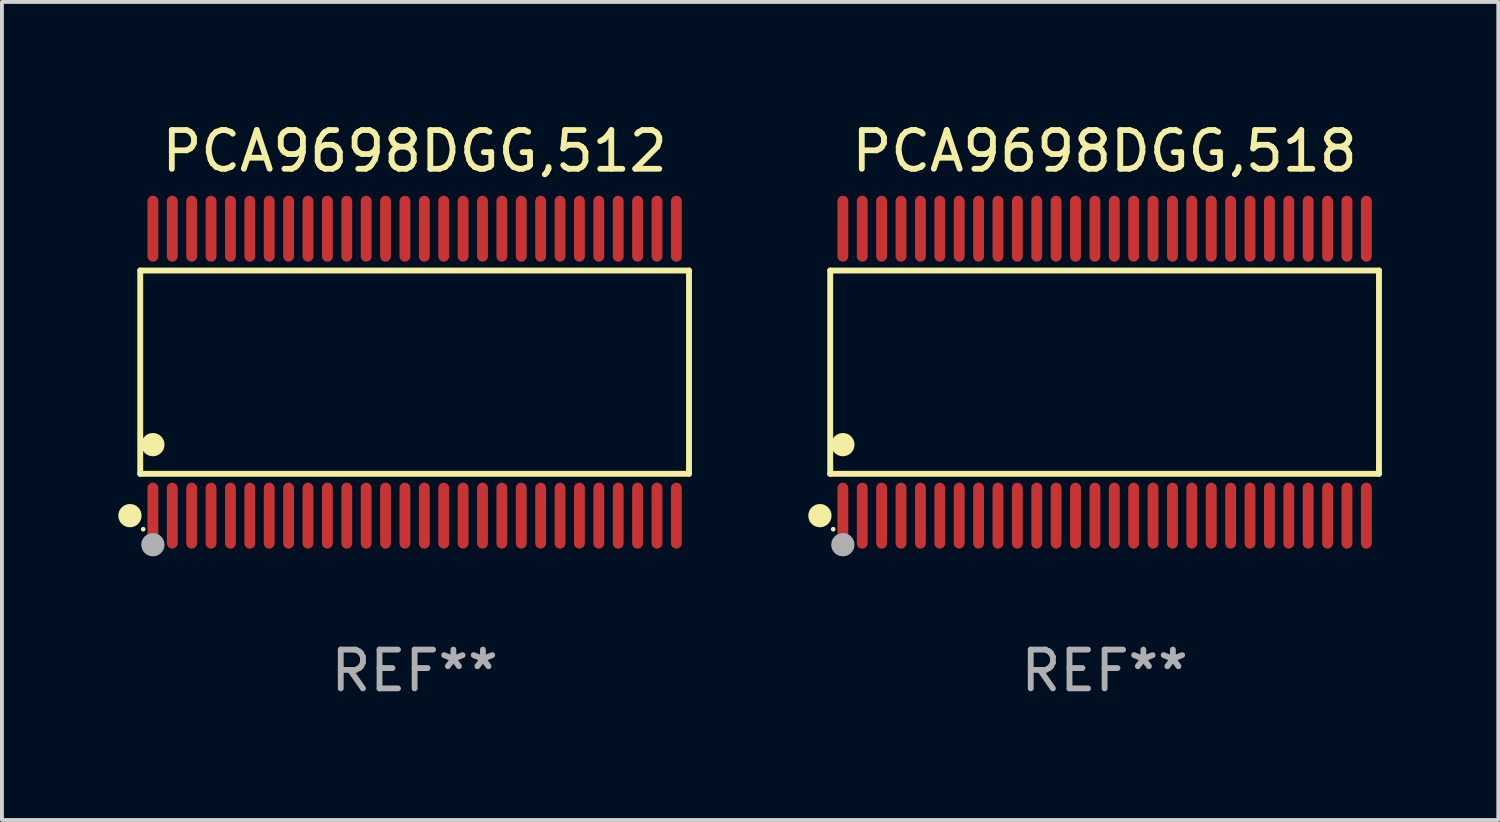
<source format=kicad_pcb>
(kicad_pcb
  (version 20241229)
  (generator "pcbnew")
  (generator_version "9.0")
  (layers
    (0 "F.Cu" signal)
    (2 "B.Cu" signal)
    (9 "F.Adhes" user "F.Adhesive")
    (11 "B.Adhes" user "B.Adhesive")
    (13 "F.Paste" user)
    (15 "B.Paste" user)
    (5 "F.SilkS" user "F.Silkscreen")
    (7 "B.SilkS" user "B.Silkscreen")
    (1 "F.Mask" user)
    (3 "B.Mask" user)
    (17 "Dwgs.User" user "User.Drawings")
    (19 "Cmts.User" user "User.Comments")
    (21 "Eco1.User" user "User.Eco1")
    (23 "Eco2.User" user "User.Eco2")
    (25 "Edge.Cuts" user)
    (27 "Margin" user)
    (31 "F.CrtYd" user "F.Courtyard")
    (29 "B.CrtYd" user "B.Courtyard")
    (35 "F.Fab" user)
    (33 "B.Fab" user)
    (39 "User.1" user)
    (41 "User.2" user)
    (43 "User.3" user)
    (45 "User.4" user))
  (footprint "PCA9698DGG,518"
    (layer "F.Cu")
    (at 25.437 6.548)
    (property "Reference" "PCA9698DGG,518" (at 0 -5.7 0) (layer "F.SilkS") (effects (font (size 1 1) (thickness 0.15))))
    (attr through_hole)
    (fp_line (start -7.076 -2.621) (end 7.076 -2.621) (stroke (width 0.152) (type solid)) (layer "F.SilkS"))
    (fp_line (start -7.076 2.621) (end -7.076 -2.621) (stroke (width 0.152) (type solid)) (layer "F.SilkS"))
    (fp_line (start 7.076 -2.621) (end 7.076 2.621) (stroke (width 0.152) (type solid)) (layer "F.SilkS"))
    (fp_line (start 7.076 2.621) (end -7.076 2.621) (stroke (width 0.152) (type solid)) (layer "F.SilkS"))
    (fp_circle (center -7.342 3.7) (end -7.192 3.7) (stroke (width 0.3) (type solid)) (fill no) (layer "F.SilkS"))
    (fp_circle (center -7 4.05) (end -6.97 4.05) (stroke (width 0.06) (type solid)) (fill no) (layer "F.SilkS"))
    (fp_circle (center -6.75 1.869) (end -6.6 1.869) (stroke (width 0.3) (type solid)) (fill no) (layer "F.SilkS"))
    (fp_circle (center -6.75 4.45) (end -6.6 4.45) (stroke (width 0.3) (type solid)) (fill no) (layer "F.Fab"))
    (fp_text user "REF**" (at 0 7.7 0) (layer "F.Fab") (effects (font (size 1 1) (thickness 0.15))))
    (pad "1" smd oval (at -6.75 3.7) (size 0.28 1.7) (layers "F.Cu" "F.Mask" "F.Paste"))
    (pad "2" smd oval (at -6.25 3.7) (size 0.28 1.7) (layers "F.Cu" "F.Mask" "F.Paste"))
    (pad "3" smd oval (at -5.75 3.7) (size 0.28 1.7) (layers "F.Cu" "F.Mask" "F.Paste"))
    (pad "4" smd oval (at -5.25 3.7) (size 0.28 1.7) (layers "F.Cu" "F.Mask" "F.Paste"))
    (pad "5" smd oval (at -4.75 3.7) (size 0.28 1.7) (layers "F.Cu" "F.Mask" "F.Paste"))
    (pad "6" smd oval (at -4.25 3.7) (size 0.28 1.7) (layers "F.Cu" "F.Mask" "F.Paste"))
    (pad "7" smd oval (at -3.75 3.7) (size 0.28 1.7) (layers "F.Cu" "F.Mask" "F.Paste"))
    (pad "8" smd oval (at -3.25 3.7) (size 0.28 1.7) (layers "F.Cu" "F.Mask" "F.Paste"))
    (pad "9" smd oval (at -2.75 3.7) (size 0.28 1.7) (layers "F.Cu" "F.Mask" "F.Paste"))
    (pad "10" smd oval (at -2.25 3.7) (size 0.28 1.7) (layers "F.Cu" "F.Mask" "F.Paste"))
    (pad "11" smd oval (at -1.75 3.7) (size 0.28 1.7) (layers "F.Cu" "F.Mask" "F.Paste"))
    (pad "12" smd oval (at -1.25 3.7) (size 0.28 1.7) (layers "F.Cu" "F.Mask" "F.Paste"))
    (pad "13" smd oval (at -0.75 3.7) (size 0.28 1.7) (layers "F.Cu" "F.Mask" "F.Paste"))
    (pad "14" smd oval (at -0.25 3.7) (size 0.28 1.7) (layers "F.Cu" "F.Mask" "F.Paste"))
    (pad "15" smd oval (at 0.25 3.7) (size 0.28 1.7) (layers "F.Cu" "F.Mask" "F.Paste"))
    (pad "16" smd oval (at 0.75 3.7) (size 0.28 1.7) (layers "F.Cu" "F.Mask" "F.Paste"))
    (pad "17" smd oval (at 1.25 3.7) (size 0.28 1.7) (layers "F.Cu" "F.Mask" "F.Paste"))
    (pad "18" smd oval (at 1.75 3.7) (size 0.28 1.7) (layers "F.Cu" "F.Mask" "F.Paste"))
    (pad "19" smd oval (at 2.25 3.7) (size 0.28 1.7) (layers "F.Cu" "F.Mask" "F.Paste"))
    (pad "20" smd oval (at 2.75 3.7) (size 0.28 1.7) (layers "F.Cu" "F.Mask" "F.Paste"))
    (pad "21" smd oval (at 3.25 3.7) (size 0.28 1.7) (layers "F.Cu" "F.Mask" "F.Paste"))
    (pad "22" smd oval (at 3.75 3.7) (size 0.28 1.7) (layers "F.Cu" "F.Mask" "F.Paste"))
    (pad "23" smd oval (at 4.25 3.7) (size 0.28 1.7) (layers "F.Cu" "F.Mask" "F.Paste"))
    (pad "24" smd oval (at 4.75 3.7) (size 0.28 1.7) (layers "F.Cu" "F.Mask" "F.Paste"))
    (pad "25" smd oval (at 5.25 3.7) (size 0.28 1.7) (layers "F.Cu" "F.Mask" "F.Paste"))
    (pad "26" smd oval (at 5.75 3.7) (size 0.28 1.7) (layers "F.Cu" "F.Mask" "F.Paste"))
    (pad "27" smd oval (at 6.25 3.7) (size 0.28 1.7) (layers "F.Cu" "F.Mask" "F.Paste"))
    (pad "28" smd oval (at 6.75 3.7) (size 0.28 1.7) (layers "F.Cu" "F.Mask" "F.Paste"))
    (pad "29" smd oval (at 6.75 -3.7) (size 0.28 1.7) (layers "F.Cu" "F.Mask" "F.Paste"))
    (pad "30" smd oval (at 6.25 -3.7) (size 0.28 1.7) (layers "F.Cu" "F.Mask" "F.Paste"))
    (pad "31" smd oval (at 5.75 -3.7) (size 0.28 1.7) (layers "F.Cu" "F.Mask" "F.Paste"))
    (pad "32" smd oval (at 5.25 -3.7) (size 0.28 1.7) (layers "F.Cu" "F.Mask" "F.Paste"))
    (pad "33" smd oval (at 4.75 -3.7) (size 0.28 1.7) (layers "F.Cu" "F.Mask" "F.Paste"))
    (pad "34" smd oval (at 4.25 -3.7) (size 0.28 1.7) (layers "F.Cu" "F.Mask" "F.Paste"))
    (pad "35" smd oval (at 3.75 -3.7) (size 0.28 1.7) (layers "F.Cu" "F.Mask" "F.Paste"))
    (pad "36" smd oval (at 3.25 -3.7) (size 0.28 1.7) (layers "F.Cu" "F.Mask" "F.Paste"))
    (pad "37" smd oval (at 2.75 -3.7) (size 0.28 1.7) (layers "F.Cu" "F.Mask" "F.Paste"))
    (pad "38" smd oval (at 2.25 -3.7) (size 0.28 1.7) (layers "F.Cu" "F.Mask" "F.Paste"))
    (pad "39" smd oval (at 1.75 -3.7) (size 0.28 1.7) (layers "F.Cu" "F.Mask" "F.Paste"))
    (pad "40" smd oval (at 1.25 -3.7) (size 0.28 1.7) (layers "F.Cu" "F.Mask" "F.Paste"))
    (pad "41" smd oval (at 0.75 -3.7) (size 0.28 1.7) (layers "F.Cu" "F.Mask" "F.Paste"))
    (pad "42" smd oval (at 0.25 -3.7) (size 0.28 1.7) (layers "F.Cu" "F.Mask" "F.Paste"))
    (pad "43" smd oval (at -0.25 -3.7) (size 0.28 1.7) (layers "F.Cu" "F.Mask" "F.Paste"))
    (pad "44" smd oval (at -0.75 -3.7) (size 0.28 1.7) (layers "F.Cu" "F.Mask" "F.Paste"))
    (pad "45" smd oval (at -1.25 -3.7) (size 0.28 1.7) (layers "F.Cu" "F.Mask" "F.Paste"))
    (pad "46" smd oval (at -1.75 -3.7) (size 0.28 1.7) (layers "F.Cu" "F.Mask" "F.Paste"))
    (pad "47" smd oval (at -2.25 -3.7) (size 0.28 1.7) (layers "F.Cu" "F.Mask" "F.Paste"))
    (pad "48" smd oval (at -2.75 -3.7) (size 0.28 1.7) (layers "F.Cu" "F.Mask" "F.Paste"))
    (pad "49" smd oval (at -3.25 -3.7) (size 0.28 1.7) (layers "F.Cu" "F.Mask" "F.Paste"))
    (pad "50" smd oval (at -3.75 -3.7) (size 0.28 1.7) (layers "F.Cu" "F.Mask" "F.Paste"))
    (pad "51" smd oval (at -4.25 -3.7) (size 0.28 1.7) (layers "F.Cu" "F.Mask" "F.Paste"))
    (pad "52" smd oval (at -4.75 -3.7) (size 0.28 1.7) (layers "F.Cu" "F.Mask" "F.Paste"))
    (pad "53" smd oval (at -5.25 -3.7) (size 0.28 1.7) (layers "F.Cu" "F.Mask" "F.Paste"))
    (pad "54" smd oval (at -5.75 -3.7) (size 0.28 1.7) (layers "F.Cu" "F.Mask" "F.Paste"))
    (pad "55" smd oval (at -6.25 -3.7) (size 0.28 1.7) (layers "F.Cu" "F.Mask" "F.Paste"))
    (pad "56" smd oval (at -6.75 -3.7) (size 0.28 1.7) (layers "F.Cu" "F.Mask" "F.Paste")))
  (footprint "PCA9698DGG,512"
    (layer "F.Cu")
    (at 7.643 6.548)
    (property "Reference" "PCA9698DGG,512" (at 0 -5.7 0) (layer "F.SilkS") (effects (font (size 1 1) (thickness 0.15))))
    (attr through_hole)
    (fp_line (start -7.076 -2.621) (end 7.076 -2.621) (stroke (width 0.152) (type solid)) (layer "F.SilkS"))
    (fp_line (start -7.076 2.621) (end -7.076 -2.621) (stroke (width 0.152) (type solid)) (layer "F.SilkS"))
    (fp_line (start 7.076 -2.621) (end 7.076 2.621) (stroke (width 0.152) (type solid)) (layer "F.SilkS"))
    (fp_line (start 7.076 2.621) (end -7.076 2.621) (stroke (width 0.152) (type solid)) (layer "F.SilkS"))
    (fp_circle (center -7.342 3.7) (end -7.192 3.7) (stroke (width 0.3) (type solid)) (fill no) (layer "F.SilkS"))
    (fp_circle (center -7 4.05) (end -6.97 4.05) (stroke (width 0.06) (type solid)) (fill no) (layer "F.SilkS"))
    (fp_circle (center -6.75 1.869) (end -6.6 1.869) (stroke (width 0.3) (type solid)) (fill no) (layer "F.SilkS"))
    (fp_circle (center -6.75 4.45) (end -6.6 4.45) (stroke (width 0.3) (type solid)) (fill no) (layer "F.Fab"))
    (fp_text user "REF**" (at 0 7.7 0) (layer "F.Fab") (effects (font (size 1 1) (thickness 0.15))))
    (pad "1" smd oval (at -6.75 3.7) (size 0.28 1.7) (layers "F.Cu" "F.Mask" "F.Paste"))
    (pad "2" smd oval (at -6.25 3.7) (size 0.28 1.7) (layers "F.Cu" "F.Mask" "F.Paste"))
    (pad "3" smd oval (at -5.75 3.7) (size 0.28 1.7) (layers "F.Cu" "F.Mask" "F.Paste"))
    (pad "4" smd oval (at -5.25 3.7) (size 0.28 1.7) (layers "F.Cu" "F.Mask" "F.Paste"))
    (pad "5" smd oval (at -4.75 3.7) (size 0.28 1.7) (layers "F.Cu" "F.Mask" "F.Paste"))
    (pad "6" smd oval (at -4.25 3.7) (size 0.28 1.7) (layers "F.Cu" "F.Mask" "F.Paste"))
    (pad "7" smd oval (at -3.75 3.7) (size 0.28 1.7) (layers "F.Cu" "F.Mask" "F.Paste"))
    (pad "8" smd oval (at -3.25 3.7) (size 0.28 1.7) (layers "F.Cu" "F.Mask" "F.Paste"))
    (pad "9" smd oval (at -2.75 3.7) (size 0.28 1.7) (layers "F.Cu" "F.Mask" "F.Paste"))
    (pad "10" smd oval (at -2.25 3.7) (size 0.28 1.7) (layers "F.Cu" "F.Mask" "F.Paste"))
    (pad "11" smd oval (at -1.75 3.7) (size 0.28 1.7) (layers "F.Cu" "F.Mask" "F.Paste"))
    (pad "12" smd oval (at -1.25 3.7) (size 0.28 1.7) (layers "F.Cu" "F.Mask" "F.Paste"))
    (pad "13" smd oval (at -0.75 3.7) (size 0.28 1.7) (layers "F.Cu" "F.Mask" "F.Paste"))
    (pad "14" smd oval (at -0.25 3.7) (size 0.28 1.7) (layers "F.Cu" "F.Mask" "F.Paste"))
    (pad "15" smd oval (at 0.25 3.7) (size 0.28 1.7) (layers "F.Cu" "F.Mask" "F.Paste"))
    (pad "16" smd oval (at 0.75 3.7) (size 0.28 1.7) (layers "F.Cu" "F.Mask" "F.Paste"))
    (pad "17" smd oval (at 1.25 3.7) (size 0.28 1.7) (layers "F.Cu" "F.Mask" "F.Paste"))
    (pad "18" smd oval (at 1.75 3.7) (size 0.28 1.7) (layers "F.Cu" "F.Mask" "F.Paste"))
    (pad "19" smd oval (at 2.25 3.7) (size 0.28 1.7) (layers "F.Cu" "F.Mask" "F.Paste"))
    (pad "20" smd oval (at 2.75 3.7) (size 0.28 1.7) (layers "F.Cu" "F.Mask" "F.Paste"))
    (pad "21" smd oval (at 3.25 3.7) (size 0.28 1.7) (layers "F.Cu" "F.Mask" "F.Paste"))
    (pad "22" smd oval (at 3.75 3.7) (size 0.28 1.7) (layers "F.Cu" "F.Mask" "F.Paste"))
    (pad "23" smd oval (at 4.25 3.7) (size 0.28 1.7) (layers "F.Cu" "F.Mask" "F.Paste"))
    (pad "24" smd oval (at 4.75 3.7) (size 0.28 1.7) (layers "F.Cu" "F.Mask" "F.Paste"))
    (pad "25" smd oval (at 5.25 3.7) (size 0.28 1.7) (layers "F.Cu" "F.Mask" "F.Paste"))
    (pad "26" smd oval (at 5.75 3.7) (size 0.28 1.7) (layers "F.Cu" "F.Mask" "F.Paste"))
    (pad "27" smd oval (at 6.25 3.7) (size 0.28 1.7) (layers "F.Cu" "F.Mask" "F.Paste"))
    (pad "28" smd oval (at 6.75 3.7) (size 0.28 1.7) (layers "F.Cu" "F.Mask" "F.Paste"))
    (pad "29" smd oval (at 6.75 -3.7) (size 0.28 1.7) (layers "F.Cu" "F.Mask" "F.Paste"))
    (pad "30" smd oval (at 6.25 -3.7) (size 0.28 1.7) (layers "F.Cu" "F.Mask" "F.Paste"))
    (pad "31" smd oval (at 5.75 -3.7) (size 0.28 1.7) (layers "F.Cu" "F.Mask" "F.Paste"))
    (pad "32" smd oval (at 5.25 -3.7) (size 0.28 1.7) (layers "F.Cu" "F.Mask" "F.Paste"))
    (pad "33" smd oval (at 4.75 -3.7) (size 0.28 1.7) (layers "F.Cu" "F.Mask" "F.Paste"))
    (pad "34" smd oval (at 4.25 -3.7) (size 0.28 1.7) (layers "F.Cu" "F.Mask" "F.Paste"))
    (pad "35" smd oval (at 3.75 -3.7) (size 0.28 1.7) (layers "F.Cu" "F.Mask" "F.Paste"))
    (pad "36" smd oval (at 3.25 -3.7) (size 0.28 1.7) (layers "F.Cu" "F.Mask" "F.Paste"))
    (pad "37" smd oval (at 2.75 -3.7) (size 0.28 1.7) (layers "F.Cu" "F.Mask" "F.Paste"))
    (pad "38" smd oval (at 2.25 -3.7) (size 0.28 1.7) (layers "F.Cu" "F.Mask" "F.Paste"))
    (pad "39" smd oval (at 1.75 -3.7) (size 0.28 1.7) (layers "F.Cu" "F.Mask" "F.Paste"))
    (pad "40" smd oval (at 1.25 -3.7) (size 0.28 1.7) (layers "F.Cu" "F.Mask" "F.Paste"))
    (pad "41" smd oval (at 0.75 -3.7) (size 0.28 1.7) (layers "F.Cu" "F.Mask" "F.Paste"))
    (pad "42" smd oval (at 0.25 -3.7) (size 0.28 1.7) (layers "F.Cu" "F.Mask" "F.Paste"))
    (pad "43" smd oval (at -0.25 -3.7) (size 0.28 1.7) (layers "F.Cu" "F.Mask" "F.Paste"))
    (pad "44" smd oval (at -0.75 -3.7) (size 0.28 1.7) (layers "F.Cu" "F.Mask" "F.Paste"))
    (pad "45" smd oval (at -1.25 -3.7) (size 0.28 1.7) (layers "F.Cu" "F.Mask" "F.Paste"))
    (pad "46" smd oval (at -1.75 -3.7) (size 0.28 1.7) (layers "F.Cu" "F.Mask" "F.Paste"))
    (pad "47" smd oval (at -2.25 -3.7) (size 0.28 1.7) (layers "F.Cu" "F.Mask" "F.Paste"))
    (pad "48" smd oval (at -2.75 -3.7) (size 0.28 1.7) (layers "F.Cu" "F.Mask" "F.Paste"))
    (pad "49" smd oval (at -3.25 -3.7) (size 0.28 1.7) (layers "F.Cu" "F.Mask" "F.Paste"))
    (pad "50" smd oval (at -3.75 -3.7) (size 0.28 1.7) (layers "F.Cu" "F.Mask" "F.Paste"))
    (pad "51" smd oval (at -4.25 -3.7) (size 0.28 1.7) (layers "F.Cu" "F.Mask" "F.Paste"))
    (pad "52" smd oval (at -4.75 -3.7) (size 0.28 1.7) (layers "F.Cu" "F.Mask" "F.Paste"))
    (pad "53" smd oval (at -5.25 -3.7) (size 0.28 1.7) (layers "F.Cu" "F.Mask" "F.Paste"))
    (pad "54" smd oval (at -5.75 -3.7) (size 0.28 1.7) (layers "F.Cu" "F.Mask" "F.Paste"))
    (pad "55" smd oval (at -6.25 -3.7) (size 0.28 1.7) (layers "F.Cu" "F.Mask" "F.Paste"))
    (pad "56" smd oval (at -6.75 -3.7) (size 0.28 1.7) (layers "F.Cu" "F.Mask" "F.Paste")))
  (gr_rect
    (start -3 -3)
    (end 35.59 18.097)
    (stroke (width 0.1) (type default))
    (fill no)
    (layer "Edge.Cuts")))
</source>
